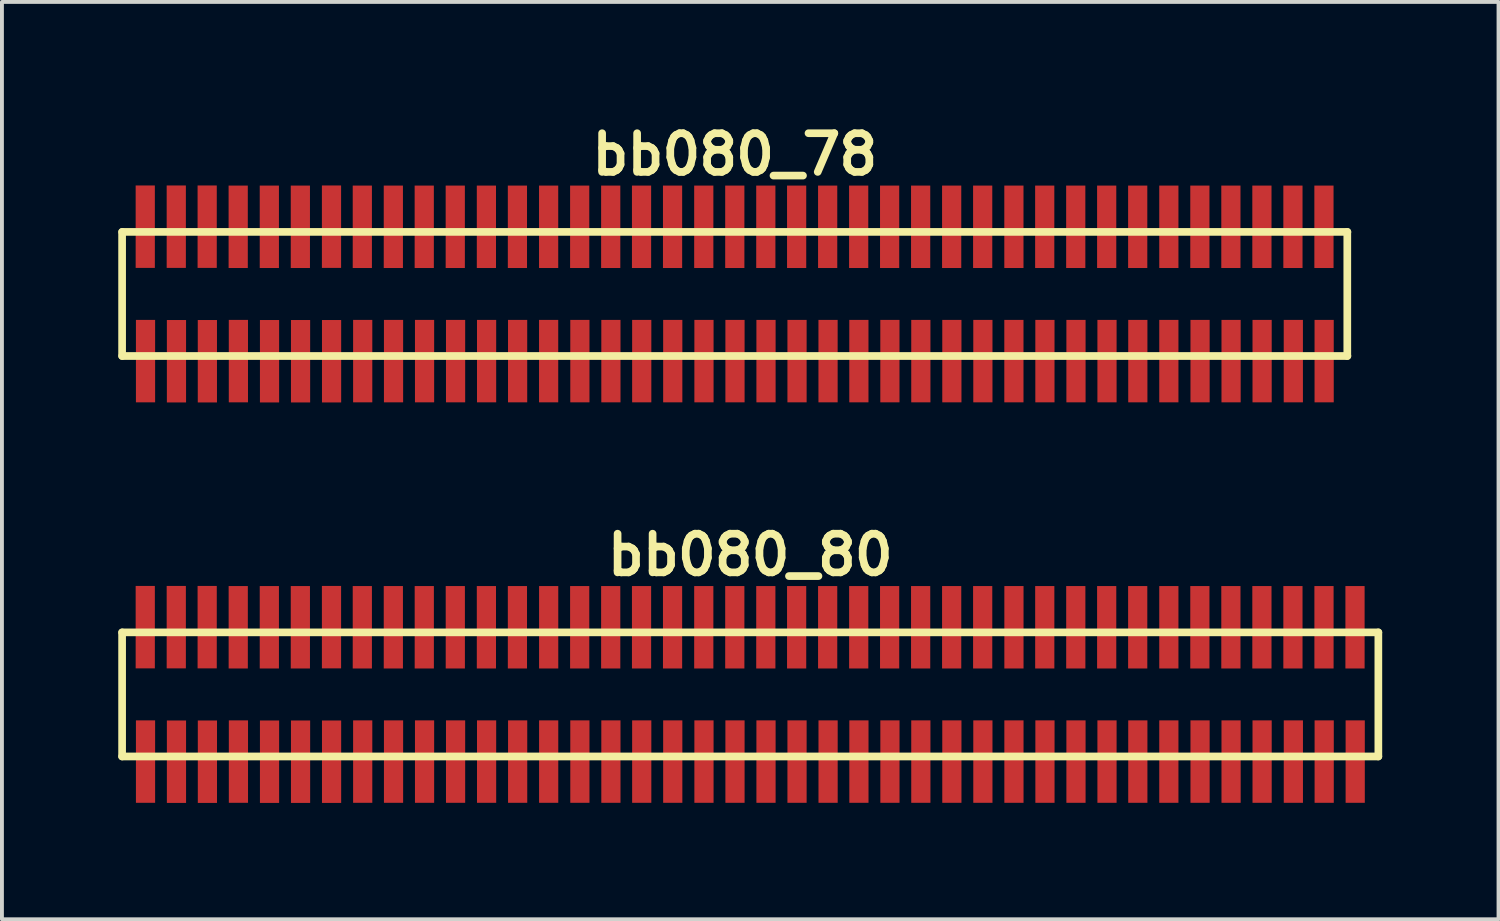
<source format=kicad_pcb>
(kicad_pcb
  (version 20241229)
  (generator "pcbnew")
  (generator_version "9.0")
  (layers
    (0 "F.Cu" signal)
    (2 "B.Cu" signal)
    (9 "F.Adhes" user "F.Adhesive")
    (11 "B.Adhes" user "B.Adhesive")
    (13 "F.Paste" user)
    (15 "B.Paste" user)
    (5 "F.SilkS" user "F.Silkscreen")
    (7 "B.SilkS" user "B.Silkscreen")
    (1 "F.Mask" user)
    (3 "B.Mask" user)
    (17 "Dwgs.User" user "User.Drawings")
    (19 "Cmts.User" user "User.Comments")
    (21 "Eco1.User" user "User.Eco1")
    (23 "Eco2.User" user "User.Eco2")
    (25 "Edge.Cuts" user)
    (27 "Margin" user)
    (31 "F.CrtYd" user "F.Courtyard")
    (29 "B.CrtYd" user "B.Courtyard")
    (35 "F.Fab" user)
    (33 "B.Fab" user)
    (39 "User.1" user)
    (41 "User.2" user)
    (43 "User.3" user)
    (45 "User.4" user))
  (footprint "bb080_80"
    (layer "F.Cu")
    (at 16.299 14.859)
    (property "Reference" "bb080_80" (at 0 -3.599 0) (layer "F.SilkS") (effects (font (size 0.998 0.998) (thickness 0.198))))
    (attr through_hole)
    (fp_line (start -16.2 -1.6) (end -16.2 1.6) (stroke (width 0.198) (type solid)) (layer "F.SilkS"))
    (fp_line (start -16.2 1.6) (end 16.198 1.6) (stroke (width 0.198) (type solid)) (layer "F.SilkS"))
    (fp_line (start 16.198 -1.6) (end -16.2 -1.6) (stroke (width 0.198) (type solid)) (layer "F.SilkS"))
    (fp_line (start 16.198 1.6) (end 16.198 -1.6) (stroke (width 0.198) (type solid)) (layer "F.SilkS"))
    (pad "1" smd rect (at -15.596 1.732) (size 0.495 2.126) (layers "F.Cu" "F.Mask" "F.Paste"))
    (pad "2" smd rect (at -15.603 -1.735) (size 0.495 2.126) (layers "F.Cu" "F.Mask" "F.Paste"))
    (pad "3" smd rect (at -14.798 1.735) (size 0.495 2.126) (layers "F.Cu" "F.Mask" "F.Paste"))
    (pad "4" smd rect (at -14.803 -1.735) (size 0.495 2.126) (layers "F.Cu" "F.Mask" "F.Paste"))
    (pad "5" smd rect (at -14 1.735) (size 0.495 2.126) (layers "F.Cu" "F.Mask" "F.Paste"))
    (pad "6" smd rect (at -14.006 -1.735) (size 0.495 2.126) (layers "F.Cu" "F.Mask" "F.Paste"))
    (pad "7" smd rect (at -13.2 1.732) (size 0.495 2.126) (layers "F.Cu" "F.Mask" "F.Paste"))
    (pad "8" smd rect (at -13.205 -1.732) (size 0.495 2.126) (layers "F.Cu" "F.Mask" "F.Paste"))
    (pad "9" smd rect (at -12.398 1.735) (size 0.495 2.126) (layers "F.Cu" "F.Mask" "F.Paste"))
    (pad "10" smd rect (at -12.403 -1.732) (size 0.495 2.126) (layers "F.Cu" "F.Mask" "F.Paste"))
    (pad "11" smd rect (at -11.598 1.735) (size 0.495 2.126) (layers "F.Cu" "F.Mask" "F.Paste"))
    (pad "12" smd rect (at -11.603 -1.732) (size 0.495 2.126) (layers "F.Cu" "F.Mask" "F.Paste"))
    (pad "13" smd rect (at -10.798 1.735) (size 0.495 2.126) (layers "F.Cu" "F.Mask" "F.Paste"))
    (pad "14" smd rect (at -10.8 -1.735) (size 0.495 2.126) (layers "F.Cu" "F.Mask" "F.Paste"))
    (pad "15" smd rect (at -9.995 1.732) (size 0.495 2.126) (layers "F.Cu" "F.Mask" "F.Paste"))
    (pad "16" smd rect (at -10.005 -1.732) (size 0.495 2.126) (layers "F.Cu" "F.Mask" "F.Paste"))
    (pad "17" smd rect (at -9.2 1.732) (size 0.495 2.126) (layers "F.Cu" "F.Mask" "F.Paste"))
    (pad "18" smd rect (at -9.205 -1.732) (size 0.495 2.126) (layers "F.Cu" "F.Mask" "F.Paste"))
    (pad "19" smd rect (at -8.4 1.732) (size 0.495 2.126) (layers "F.Cu" "F.Mask" "F.Paste"))
    (pad "20" smd rect (at -8.407 -1.732) (size 0.495 2.126) (layers "F.Cu" "F.Mask" "F.Paste"))
    (pad "21" smd rect (at -7.6 1.732) (size 0.495 2.126) (layers "F.Cu" "F.Mask" "F.Paste"))
    (pad "22" smd rect (at -7.607 -1.732) (size 0.495 2.126) (layers "F.Cu" "F.Mask" "F.Paste"))
    (pad "23" smd rect (at -6.8 1.732) (size 0.495 2.126) (layers "F.Cu" "F.Mask" "F.Paste"))
    (pad "24" smd rect (at -6.805 -1.732) (size 0.495 2.126) (layers "F.Cu" "F.Mask" "F.Paste"))
    (pad "25" smd rect (at -5.999 1.732) (size 0.495 2.126) (layers "F.Cu" "F.Mask" "F.Paste"))
    (pad "26" smd rect (at -6.005 -1.732) (size 0.495 2.126) (layers "F.Cu" "F.Mask" "F.Paste"))
    (pad "27" smd rect (at -5.199 1.732) (size 0.495 2.126) (layers "F.Cu" "F.Mask" "F.Paste"))
    (pad "28" smd rect (at -5.199 -1.732) (size 0.495 2.126) (layers "F.Cu" "F.Mask" "F.Paste"))
    (pad "29" smd rect (at -4.394 1.732) (size 0.495 2.126) (layers "F.Cu" "F.Mask" "F.Paste"))
    (pad "30" smd rect (at -4.399 -1.732) (size 0.495 2.126) (layers "F.Cu" "F.Mask" "F.Paste"))
    (pad "31" smd rect (at -3.594 1.732) (size 0.495 2.126) (layers "F.Cu" "F.Mask" "F.Paste"))
    (pad "32" smd rect (at -3.599 -1.732) (size 0.495 2.126) (layers "F.Cu" "F.Mask" "F.Paste"))
    (pad "33" smd rect (at -2.799 1.732) (size 0.495 2.126) (layers "F.Cu" "F.Mask" "F.Paste"))
    (pad "34" smd rect (at -2.804 -1.732) (size 0.495 2.126) (layers "F.Cu" "F.Mask" "F.Paste"))
    (pad "35" smd rect (at -1.999 1.732) (size 0.495 2.126) (layers "F.Cu" "F.Mask" "F.Paste"))
    (pad "36" smd rect (at -2.004 -1.732) (size 0.495 2.126) (layers "F.Cu" "F.Mask" "F.Paste"))
    (pad "37" smd rect (at -1.194 1.732) (size 0.495 2.126) (layers "F.Cu" "F.Mask" "F.Paste"))
    (pad "38" smd rect (at -1.199 -1.732) (size 0.495 2.126) (layers "F.Cu" "F.Mask" "F.Paste"))
    (pad "39" smd rect (at -0.394 1.732) (size 0.495 2.126) (layers "F.Cu" "F.Mask" "F.Paste"))
    (pad "40" smd rect (at -0.399 -1.732) (size 0.495 2.126) (layers "F.Cu" "F.Mask" "F.Paste"))
    (pad "41" smd rect (at 0.406 1.732) (size 0.495 2.126) (layers "F.Cu" "F.Mask" "F.Paste"))
    (pad "42" smd rect (at 0.401 -1.732) (size 0.495 2.126) (layers "F.Cu" "F.Mask" "F.Paste"))
    (pad "43" smd rect (at 1.206 1.732) (size 0.495 2.126) (layers "F.Cu" "F.Mask" "F.Paste"))
    (pad "44" smd rect (at 1.196 -1.732) (size 0.495 2.126) (layers "F.Cu" "F.Mask" "F.Paste"))
    (pad "45" smd rect (at 2.007 1.732) (size 0.495 2.126) (layers "F.Cu" "F.Mask" "F.Paste"))
    (pad "46" smd rect (at 1.996 -1.732) (size 0.495 2.126) (layers "F.Cu" "F.Mask" "F.Paste"))
    (pad "47" smd rect (at 2.802 1.732) (size 0.495 2.126) (layers "F.Cu" "F.Mask" "F.Paste"))
    (pad "48" smd rect (at 2.797 -1.732) (size 0.495 2.126) (layers "F.Cu" "F.Mask" "F.Paste"))
    (pad "49" smd rect (at 3.602 1.732) (size 0.495 2.126) (layers "F.Cu" "F.Mask" "F.Paste"))
    (pad "50" smd rect (at 3.594 -1.732) (size 0.495 2.126) (layers "F.Cu" "F.Mask" "F.Paste"))
    (pad "51" smd rect (at 4.399 1.732) (size 0.495 2.126) (layers "F.Cu" "F.Mask" "F.Paste"))
    (pad "52" smd rect (at 4.394 -1.732) (size 0.495 2.126) (layers "F.Cu" "F.Mask" "F.Paste"))
    (pad "53" smd rect (at 5.199 1.732) (size 0.495 2.126) (layers "F.Cu" "F.Mask" "F.Paste"))
    (pad "54" smd rect (at 5.194 -1.732) (size 0.495 2.126) (layers "F.Cu" "F.Mask" "F.Paste"))
    (pad "55" smd rect (at 5.999 1.732) (size 0.495 2.126) (layers "F.Cu" "F.Mask" "F.Paste"))
    (pad "56" smd rect (at 5.994 -1.732) (size 0.495 2.126) (layers "F.Cu" "F.Mask" "F.Paste"))
    (pad "57" smd rect (at 6.8 1.732) (size 0.495 2.126) (layers "F.Cu" "F.Mask" "F.Paste"))
    (pad "58" smd rect (at 6.8 -1.732) (size 0.495 2.126) (layers "F.Cu" "F.Mask" "F.Paste"))
    (pad "59" smd rect (at 7.6 1.732) (size 0.495 2.126) (layers "F.Cu" "F.Mask" "F.Paste"))
    (pad "60" smd rect (at 7.595 -1.732) (size 0.495 2.126) (layers "F.Cu" "F.Mask" "F.Paste"))
    (pad "61" smd rect (at 8.4 1.732) (size 0.495 2.126) (layers "F.Cu" "F.Mask" "F.Paste"))
    (pad "62" smd rect (at 8.395 -1.732) (size 0.495 2.126) (layers "F.Cu" "F.Mask" "F.Paste"))
    (pad "63" smd rect (at 9.2 1.732) (size 0.495 2.126) (layers "F.Cu" "F.Mask" "F.Paste"))
    (pad "64" smd rect (at 9.192 -1.732) (size 0.495 2.126) (layers "F.Cu" "F.Mask" "F.Paste"))
    (pad "65" smd rect (at 9.995 1.732) (size 0.495 2.126) (layers "F.Cu" "F.Mask" "F.Paste"))
    (pad "66" smd rect (at 9.992 -1.732) (size 0.495 2.126) (layers "F.Cu" "F.Mask" "F.Paste"))
    (pad "67" smd rect (at 10.795 1.732) (size 0.495 2.126) (layers "F.Cu" "F.Mask" "F.Paste"))
    (pad "68" smd rect (at 10.795 -1.732) (size 0.495 2.126) (layers "F.Cu" "F.Mask" "F.Paste"))
    (pad "69" smd rect (at 11.6 1.732) (size 0.495 2.126) (layers "F.Cu" "F.Mask" "F.Paste"))
    (pad "70" smd rect (at 11.595 -1.732) (size 0.495 2.126) (layers "F.Cu" "F.Mask" "F.Paste"))
    (pad "71" smd rect (at 12.4 1.732) (size 0.495 2.126) (layers "F.Cu" "F.Mask" "F.Paste"))
    (pad "72" smd rect (at 12.395 -1.732) (size 0.495 2.126) (layers "F.Cu" "F.Mask" "F.Paste"))
    (pad "73" smd rect (at 13.2 1.732) (size 0.495 2.126) (layers "F.Cu" "F.Mask" "F.Paste"))
    (pad "74" smd rect (at 13.195 -1.732) (size 0.495 2.126) (layers "F.Cu" "F.Mask" "F.Paste"))
    (pad "75" smd rect (at 14.006 1.732) (size 0.495 2.126) (layers "F.Cu" "F.Mask" "F.Paste"))
    (pad "76" smd rect (at 13.995 -1.732) (size 0.495 2.126) (layers "F.Cu" "F.Mask" "F.Paste"))
    (pad "77" smd rect (at 14.801 1.732) (size 0.495 2.126) (layers "F.Cu" "F.Mask" "F.Paste"))
    (pad "78" smd rect (at 14.796 -1.732) (size 0.495 2.126) (layers "F.Cu" "F.Mask" "F.Paste"))
    (pad "79" smd rect (at 15.601 1.732) (size 0.495 2.126) (layers "F.Cu" "F.Mask" "F.Paste"))
    (pad "80" smd rect (at 15.596 -1.732) (size 0.495 2.126) (layers "F.Cu" "F.Mask" "F.Paste")))
  (footprint "bb080_78"
    (layer "F.Cu")
    (at 15.9 4.531)
    (property "Reference" "bb080_78" (at 0 -3.599 0) (layer "F.SilkS") (effects (font (size 0.998 0.998) (thickness 0.198))))
    (attr through_hole)
    (fp_line (start -15.801 -1.6) (end -15.801 1.6) (stroke (width 0.198) (type solid)) (layer "F.SilkS"))
    (fp_line (start -15.799 1.6) (end 15.799 1.6) (stroke (width 0.198) (type solid)) (layer "F.SilkS"))
    (fp_line (start 15.796 1.6) (end 15.796 -1.6) (stroke (width 0.198) (type solid)) (layer "F.SilkS"))
    (fp_line (start 15.799 -1.6) (end -15.799 -1.6) (stroke (width 0.198) (type solid)) (layer "F.SilkS"))
    (pad "1" smd rect (at -15.197 1.732) (size 0.495 2.126) (layers "F.Cu" "F.Mask" "F.Paste"))
    (pad "2" smd rect (at -15.204 -1.735) (size 0.495 2.126) (layers "F.Cu" "F.Mask" "F.Paste"))
    (pad "3" smd rect (at -14.399 1.735) (size 0.495 2.126) (layers "F.Cu" "F.Mask" "F.Paste"))
    (pad "4" smd rect (at -14.404 -1.735) (size 0.495 2.126) (layers "F.Cu" "F.Mask" "F.Paste"))
    (pad "5" smd rect (at -13.602 1.735) (size 0.495 2.126) (layers "F.Cu" "F.Mask" "F.Paste"))
    (pad "6" smd rect (at -13.607 -1.735) (size 0.495 2.126) (layers "F.Cu" "F.Mask" "F.Paste"))
    (pad "7" smd rect (at -12.802 1.732) (size 0.495 2.126) (layers "F.Cu" "F.Mask" "F.Paste"))
    (pad "8" smd rect (at -12.807 -1.732) (size 0.495 2.126) (layers "F.Cu" "F.Mask" "F.Paste"))
    (pad "9" smd rect (at -11.999 1.735) (size 0.495 2.126) (layers "F.Cu" "F.Mask" "F.Paste"))
    (pad "10" smd rect (at -12.004 -1.732) (size 0.495 2.126) (layers "F.Cu" "F.Mask" "F.Paste"))
    (pad "11" smd rect (at -11.199 1.735) (size 0.495 2.126) (layers "F.Cu" "F.Mask" "F.Paste"))
    (pad "12" smd rect (at -11.204 -1.732) (size 0.495 2.126) (layers "F.Cu" "F.Mask" "F.Paste"))
    (pad "13" smd rect (at -10.399 1.735) (size 0.495 2.126) (layers "F.Cu" "F.Mask" "F.Paste"))
    (pad "14" smd rect (at -10.401 -1.735) (size 0.495 2.126) (layers "F.Cu" "F.Mask" "F.Paste"))
    (pad "15" smd rect (at -9.596 1.732) (size 0.495 2.126) (layers "F.Cu" "F.Mask" "F.Paste"))
    (pad "16" smd rect (at -9.606 -1.732) (size 0.495 2.126) (layers "F.Cu" "F.Mask" "F.Paste"))
    (pad "17" smd rect (at -8.801 1.732) (size 0.495 2.126) (layers "F.Cu" "F.Mask" "F.Paste"))
    (pad "18" smd rect (at -8.806 -1.732) (size 0.495 2.126) (layers "F.Cu" "F.Mask" "F.Paste"))
    (pad "19" smd rect (at -8.001 1.732) (size 0.495 2.126) (layers "F.Cu" "F.Mask" "F.Paste"))
    (pad "20" smd rect (at -8.009 -1.732) (size 0.495 2.126) (layers "F.Cu" "F.Mask" "F.Paste"))
    (pad "21" smd rect (at -7.201 1.732) (size 0.495 2.126) (layers "F.Cu" "F.Mask" "F.Paste"))
    (pad "22" smd rect (at -7.209 -1.732) (size 0.495 2.126) (layers "F.Cu" "F.Mask" "F.Paste"))
    (pad "23" smd rect (at -6.401 1.732) (size 0.495 2.126) (layers "F.Cu" "F.Mask" "F.Paste"))
    (pad "24" smd rect (at -6.406 -1.732) (size 0.495 2.126) (layers "F.Cu" "F.Mask" "F.Paste"))
    (pad "25" smd rect (at -5.601 1.732) (size 0.495 2.126) (layers "F.Cu" "F.Mask" "F.Paste"))
    (pad "26" smd rect (at -5.606 -1.732) (size 0.495 2.126) (layers "F.Cu" "F.Mask" "F.Paste"))
    (pad "27" smd rect (at -4.801 1.732) (size 0.495 2.126) (layers "F.Cu" "F.Mask" "F.Paste"))
    (pad "28" smd rect (at -4.801 -1.732) (size 0.495 2.126) (layers "F.Cu" "F.Mask" "F.Paste"))
    (pad "29" smd rect (at -3.995 1.732) (size 0.495 2.126) (layers "F.Cu" "F.Mask" "F.Paste"))
    (pad "30" smd rect (at -4 -1.732) (size 0.495 2.126) (layers "F.Cu" "F.Mask" "F.Paste"))
    (pad "31" smd rect (at -3.195 1.732) (size 0.495 2.126) (layers "F.Cu" "F.Mask" "F.Paste"))
    (pad "32" smd rect (at -3.2 -1.732) (size 0.495 2.126) (layers "F.Cu" "F.Mask" "F.Paste"))
    (pad "33" smd rect (at -2.4 1.732) (size 0.495 2.126) (layers "F.Cu" "F.Mask" "F.Paste"))
    (pad "34" smd rect (at -2.405 -1.732) (size 0.495 2.126) (layers "F.Cu" "F.Mask" "F.Paste"))
    (pad "35" smd rect (at -1.6 1.732) (size 0.495 2.126) (layers "F.Cu" "F.Mask" "F.Paste"))
    (pad "36" smd rect (at -1.605 -1.732) (size 0.495 2.126) (layers "F.Cu" "F.Mask" "F.Paste"))
    (pad "37" smd rect (at -0.795 1.732) (size 0.495 2.126) (layers "F.Cu" "F.Mask" "F.Paste"))
    (pad "38" smd rect (at -0.8 -1.732) (size 0.495 2.126) (layers "F.Cu" "F.Mask" "F.Paste"))
    (pad "39" smd rect (at 0.005 1.732) (size 0.495 2.126) (layers "F.Cu" "F.Mask" "F.Paste"))
    (pad "40" smd rect (at 0 -1.732) (size 0.495 2.126) (layers "F.Cu" "F.Mask" "F.Paste"))
    (pad "41" smd rect (at 0.805 1.732) (size 0.495 2.126) (layers "F.Cu" "F.Mask" "F.Paste"))
    (pad "42" smd rect (at 0.8 -1.732) (size 0.495 2.126) (layers "F.Cu" "F.Mask" "F.Paste"))
    (pad "43" smd rect (at 1.605 1.732) (size 0.495 2.126) (layers "F.Cu" "F.Mask" "F.Paste"))
    (pad "44" smd rect (at 1.595 -1.732) (size 0.495 2.126) (layers "F.Cu" "F.Mask" "F.Paste"))
    (pad "45" smd rect (at 2.405 1.732) (size 0.495 2.126) (layers "F.Cu" "F.Mask" "F.Paste"))
    (pad "46" smd rect (at 2.395 -1.732) (size 0.495 2.126) (layers "F.Cu" "F.Mask" "F.Paste"))
    (pad "47" smd rect (at 3.2 1.732) (size 0.495 2.126) (layers "F.Cu" "F.Mask" "F.Paste"))
    (pad "48" smd rect (at 3.195 -1.732) (size 0.495 2.126) (layers "F.Cu" "F.Mask" "F.Paste"))
    (pad "49" smd rect (at 4 1.732) (size 0.495 2.126) (layers "F.Cu" "F.Mask" "F.Paste"))
    (pad "50" smd rect (at 3.993 -1.732) (size 0.495 2.126) (layers "F.Cu" "F.Mask" "F.Paste"))
    (pad "51" smd rect (at 4.798 1.732) (size 0.495 2.126) (layers "F.Cu" "F.Mask" "F.Paste"))
    (pad "52" smd rect (at 4.793 -1.732) (size 0.495 2.126) (layers "F.Cu" "F.Mask" "F.Paste"))
    (pad "53" smd rect (at 5.598 1.732) (size 0.495 2.126) (layers "F.Cu" "F.Mask" "F.Paste"))
    (pad "54" smd rect (at 5.593 -1.732) (size 0.495 2.126) (layers "F.Cu" "F.Mask" "F.Paste"))
    (pad "55" smd rect (at 6.398 1.732) (size 0.495 2.126) (layers "F.Cu" "F.Mask" "F.Paste"))
    (pad "56" smd rect (at 6.393 -1.732) (size 0.495 2.126) (layers "F.Cu" "F.Mask" "F.Paste"))
    (pad "57" smd rect (at 7.198 1.732) (size 0.495 2.126) (layers "F.Cu" "F.Mask" "F.Paste"))
    (pad "58" smd rect (at 7.198 -1.732) (size 0.495 2.126) (layers "F.Cu" "F.Mask" "F.Paste"))
    (pad "59" smd rect (at 7.998 1.732) (size 0.495 2.126) (layers "F.Cu" "F.Mask" "F.Paste"))
    (pad "60" smd rect (at 7.993 -1.732) (size 0.495 2.126) (layers "F.Cu" "F.Mask" "F.Paste"))
    (pad "61" smd rect (at 8.799 1.732) (size 0.495 2.126) (layers "F.Cu" "F.Mask" "F.Paste"))
    (pad "62" smd rect (at 8.793 -1.732) (size 0.495 2.126) (layers "F.Cu" "F.Mask" "F.Paste"))
    (pad "63" smd rect (at 9.599 1.732) (size 0.495 2.126) (layers "F.Cu" "F.Mask" "F.Paste"))
    (pad "64" smd rect (at 9.591 -1.732) (size 0.495 2.126) (layers "F.Cu" "F.Mask" "F.Paste"))
    (pad "65" smd rect (at 10.394 1.732) (size 0.495 2.126) (layers "F.Cu" "F.Mask" "F.Paste"))
    (pad "66" smd rect (at 10.391 -1.732) (size 0.495 2.126) (layers "F.Cu" "F.Mask" "F.Paste"))
    (pad "67" smd rect (at 11.194 1.732) (size 0.495 2.126) (layers "F.Cu" "F.Mask" "F.Paste"))
    (pad "68" smd rect (at 11.194 -1.732) (size 0.495 2.126) (layers "F.Cu" "F.Mask" "F.Paste"))
    (pad "69" smd rect (at 11.999 1.732) (size 0.495 2.126) (layers "F.Cu" "F.Mask" "F.Paste"))
    (pad "70" smd rect (at 11.994 -1.732) (size 0.495 2.126) (layers "F.Cu" "F.Mask" "F.Paste"))
    (pad "71" smd rect (at 12.799 1.732) (size 0.495 2.126) (layers "F.Cu" "F.Mask" "F.Paste"))
    (pad "72" smd rect (at 12.794 -1.732) (size 0.495 2.126) (layers "F.Cu" "F.Mask" "F.Paste"))
    (pad "73" smd rect (at 13.599 1.732) (size 0.495 2.126) (layers "F.Cu" "F.Mask" "F.Paste"))
    (pad "74" smd rect (at 13.594 -1.732) (size 0.495 2.126) (layers "F.Cu" "F.Mask" "F.Paste"))
    (pad "75" smd rect (at 14.404 1.732) (size 0.495 2.126) (layers "F.Cu" "F.Mask" "F.Paste"))
    (pad "76" smd rect (at 14.394 -1.732) (size 0.495 2.126) (layers "F.Cu" "F.Mask" "F.Paste"))
    (pad "77" smd rect (at 15.199 1.732) (size 0.495 2.126) (layers "F.Cu" "F.Mask" "F.Paste"))
    (pad "78" smd rect (at 15.194 -1.732) (size 0.495 2.126) (layers "F.Cu" "F.Mask" "F.Paste")))
  (gr_rect
    (start -3 -3)
    (end 35.596 20.657)
    (stroke (width 0.1) (type default))
    (fill no)
    (layer "Edge.Cuts")))
</source>
